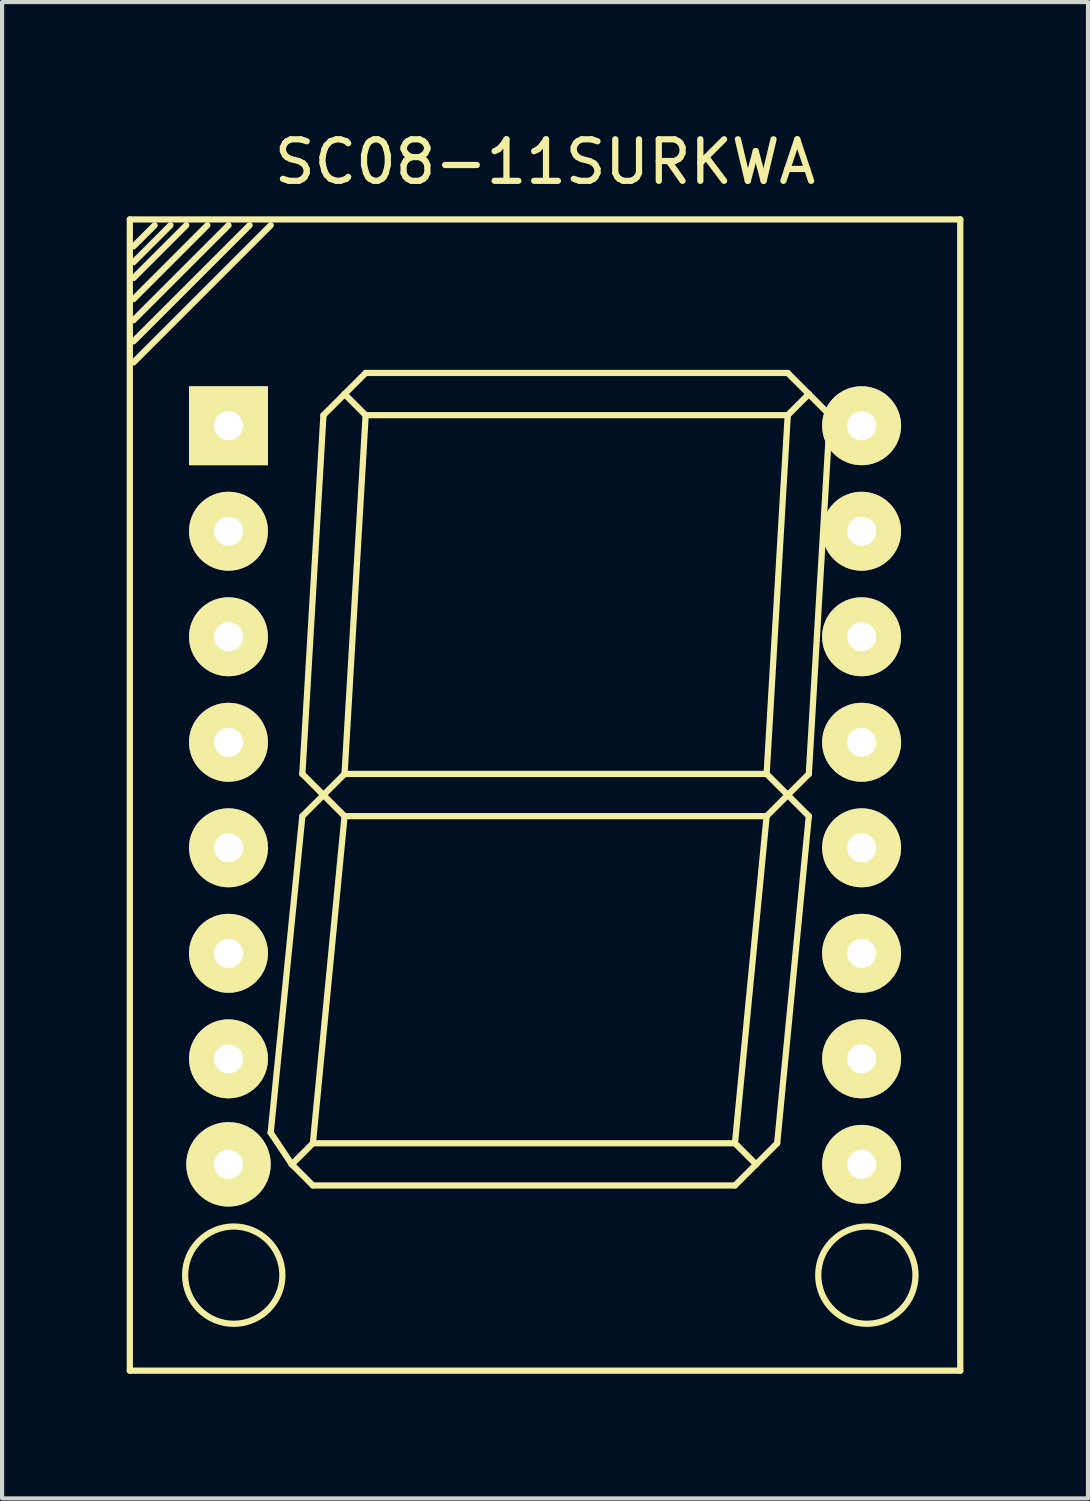
<source format=kicad_pcb>
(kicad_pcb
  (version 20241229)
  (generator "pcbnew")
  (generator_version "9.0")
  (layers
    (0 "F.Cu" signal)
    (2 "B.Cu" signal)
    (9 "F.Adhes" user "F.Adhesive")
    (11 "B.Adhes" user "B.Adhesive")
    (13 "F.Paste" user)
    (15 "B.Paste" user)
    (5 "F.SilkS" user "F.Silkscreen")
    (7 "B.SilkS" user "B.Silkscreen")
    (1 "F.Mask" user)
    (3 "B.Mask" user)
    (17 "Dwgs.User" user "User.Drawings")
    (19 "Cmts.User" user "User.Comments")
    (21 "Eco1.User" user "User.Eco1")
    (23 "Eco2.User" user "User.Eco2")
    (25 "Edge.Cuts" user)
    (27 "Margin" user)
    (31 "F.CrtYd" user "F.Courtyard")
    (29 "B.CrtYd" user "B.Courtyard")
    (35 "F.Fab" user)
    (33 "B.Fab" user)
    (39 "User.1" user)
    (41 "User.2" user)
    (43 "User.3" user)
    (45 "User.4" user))
  (footprint "SC08-11SURKWA"
    (layer "F.Cu")
    (at 10.07 16.088)
    (property "Reference" "SC08-11SURKWA" (at 0 -15.24 0) (layer "F.SilkS") (effects (font (size 1 1) (thickness 0.15))))
    (attr through_hole)
    (fp_line (start -9.995 -13.856) (end -9.995 13.856) (stroke (width 0.15) (type solid)) (layer "F.SilkS"))
    (fp_line (start -9.995 -13.856) (end 9.995 -13.856) (stroke (width 0.15) (type solid)) (layer "F.SilkS"))
    (fp_line (start -9.995 13.856) (end 9.995 13.856) (stroke (width 0.15) (type solid)) (layer "F.SilkS"))
    (fp_line (start -9.906 -13.208) (end -9.398 -13.716) (stroke (width 0.15) (type solid)) (layer "F.SilkS"))
    (fp_line (start -9.906 -12.827) (end -9.017 -13.716) (stroke (width 0.15) (type solid)) (layer "F.SilkS"))
    (fp_line (start -9.906 -12.446) (end -8.636 -13.716) (stroke (width 0.15) (type solid)) (layer "F.SilkS"))
    (fp_line (start -9.906 -11.938) (end -8.128 -13.716) (stroke (width 0.15) (type solid)) (layer "F.SilkS"))
    (fp_line (start -9.906 -11.43) (end -7.62 -13.716) (stroke (width 0.15) (type solid)) (layer "F.SilkS"))
    (fp_line (start -9.906 -10.922) (end -7.112 -13.716) (stroke (width 0.15) (type solid)) (layer "F.SilkS"))
    (fp_line (start -9.906 -10.414) (end -6.604 -13.716) (stroke (width 0.15) (type solid)) (layer "F.SilkS"))
    (fp_line (start -6.604 8.128) (end -6.096 8.89) (stroke (width 0.15) (type solid)) (layer "F.SilkS"))
    (fp_line (start -6.096 8.89) (end -5.588 8.382) (stroke (width 0.15) (type solid)) (layer "F.SilkS"))
    (fp_line (start -5.842 -0.508) (end -5.334 0) (stroke (width 0.15) (type solid)) (layer "F.SilkS"))
    (fp_line (start -5.842 0.508) (end -6.604 8.128) (stroke (width 0.15) (type solid)) (layer "F.SilkS"))
    (fp_line (start -5.588 8.382) (end 4.572 8.382) (stroke (width 0.15) (type solid)) (layer "F.SilkS"))
    (fp_line (start -5.588 9.398) (end -6.096 8.89) (stroke (width 0.15) (type solid)) (layer "F.SilkS"))
    (fp_line (start -5.334 -9.144) (end -5.842 -0.508) (stroke (width 0.15) (type solid)) (layer "F.SilkS"))
    (fp_line (start -5.334 0) (end -5.842 0.508) (stroke (width 0.15) (type solid)) (layer "F.SilkS"))
    (fp_line (start -5.334 0) (end -4.826 -0.508) (stroke (width 0.15) (type solid)) (layer "F.SilkS"))
    (fp_line (start -4.826 -9.652) (end -5.334 -9.144) (stroke (width 0.15) (type solid)) (layer "F.SilkS"))
    (fp_line (start -4.826 -9.652) (end -4.318 -10.16) (stroke (width 0.15) (type solid)) (layer "F.SilkS"))
    (fp_line (start -4.826 -0.508) (end 5.334 -0.508) (stroke (width 0.15) (type solid)) (layer "F.SilkS"))
    (fp_line (start -4.826 0.508) (end -5.588 8.382) (stroke (width 0.15) (type solid)) (layer "F.SilkS"))
    (fp_line (start -4.826 0.508) (end -5.334 0) (stroke (width 0.15) (type solid)) (layer "F.SilkS"))
    (fp_line (start -4.318 -10.16) (end 5.842 -10.16) (stroke (width 0.15) (type solid)) (layer "F.SilkS"))
    (fp_line (start -4.318 -9.144) (end -4.826 -9.652) (stroke (width 0.15) (type solid)) (layer "F.SilkS"))
    (fp_line (start -4.318 -9.144) (end -4.826 -0.508) (stroke (width 0.15) (type solid)) (layer "F.SilkS"))
    (fp_line (start 4.572 8.382) (end 5.08 8.89) (stroke (width 0.15) (type solid)) (layer "F.SilkS"))
    (fp_line (start 4.572 9.398) (end -5.588 9.398) (stroke (width 0.15) (type solid)) (layer "F.SilkS"))
    (fp_line (start 5.08 8.89) (end 4.572 9.398) (stroke (width 0.15) (type solid)) (layer "F.SilkS"))
    (fp_line (start 5.334 -0.508) (end 5.842 0) (stroke (width 0.15) (type solid)) (layer "F.SilkS"))
    (fp_line (start 5.334 0.508) (end -4.826 0.508) (stroke (width 0.15) (type solid)) (layer "F.SilkS"))
    (fp_line (start 5.334 0.508) (end 4.572 8.382) (stroke (width 0.15) (type solid)) (layer "F.SilkS"))
    (fp_line (start 5.588 8.382) (end 5.08 8.89) (stroke (width 0.15) (type solid)) (layer "F.SilkS"))
    (fp_line (start 5.842 -10.16) (end 6.35 -9.652) (stroke (width 0.15) (type solid)) (layer "F.SilkS"))
    (fp_line (start 5.842 -9.144) (end -4.318 -9.144) (stroke (width 0.15) (type solid)) (layer "F.SilkS"))
    (fp_line (start 5.842 -9.144) (end 5.334 -0.508) (stroke (width 0.15) (type solid)) (layer "F.SilkS"))
    (fp_line (start 5.842 0) (end 5.334 0.508) (stroke (width 0.15) (type solid)) (layer "F.SilkS"))
    (fp_line (start 5.842 0) (end 6.35 0.508) (stroke (width 0.15) (type solid)) (layer "F.SilkS"))
    (fp_line (start 6.35 -9.652) (end 5.842 -9.144) (stroke (width 0.15) (type solid)) (layer "F.SilkS"))
    (fp_line (start 6.35 -9.652) (end 6.858 -9.144) (stroke (width 0.15) (type solid)) (layer "F.SilkS"))
    (fp_line (start 6.35 -0.508) (end 5.842 0) (stroke (width 0.15) (type solid)) (layer "F.SilkS"))
    (fp_line (start 6.35 0.508) (end 5.588 8.382) (stroke (width 0.15) (type solid)) (layer "F.SilkS"))
    (fp_line (start 6.858 -9.144) (end 6.35 -0.508) (stroke (width 0.15) (type solid)) (layer "F.SilkS"))
    (fp_line (start 9.995 13.856) (end 9.995 -13.856) (stroke (width 0.15) (type solid)) (layer "F.SilkS"))
    (fp_circle (center -7.493 11.557) (end -7.239 12.7) (stroke (width 0.15) (type solid)) (fill no) (layer "F.SilkS"))
    (fp_circle (center 7.747 11.557) (end 8.001 12.7) (stroke (width 0.15) (type solid)) (fill no) (layer "F.SilkS"))
    (pad "1" thru_hole rect (at -7.62 -8.89) (size 1.9 1.9) (drill 0.701) (layers "*.Cu" "*.Mask" "F.SilkS"))
    (pad "2" thru_hole circle (at -7.62 -6.35) (size 1.9 1.9) (drill 0.701) (layers "*.Cu" "*.Mask" "F.SilkS"))
    (pad "3" thru_hole circle (at -7.62 -3.81) (size 1.9 1.9) (drill 0.701) (layers "*.Cu" "*.Mask" "F.SilkS"))
    (pad "4" thru_hole circle (at -7.62 -1.27) (size 1.9 1.9) (drill 0.701) (layers "*.Cu" "*.Mask" "F.SilkS"))
    (pad "5" thru_hole circle (at -7.62 1.27) (size 1.9 1.9) (drill 0.701) (layers "*.Cu" "*.Mask" "F.SilkS"))
    (pad "6" thru_hole circle (at -7.62 3.81) (size 1.9 1.9) (drill 0.701) (layers "*.Cu" "*.Mask" "F.SilkS"))
    (pad "7" thru_hole circle (at -7.62 6.35) (size 1.9 1.9) (drill 0.701) (layers "*.Cu" "*.Mask" "F.SilkS"))
    (pad "8" thru_hole circle (at -7.62 8.89) (size 2.032 2.032) (drill 0.701) (layers "*.Cu" "*.Mask" "F.SilkS"))
    (pad "9" thru_hole circle (at 7.62 8.89) (size 1.9 1.9) (drill 0.701) (layers "*.Cu" "*.Mask" "F.SilkS"))
    (pad "10" thru_hole circle (at 7.62 6.35) (size 1.9 1.9) (drill 0.701) (layers "*.Cu" "*.Mask" "F.SilkS"))
    (pad "11" thru_hole circle (at 7.62 3.81) (size 1.9 1.9) (drill 0.701) (layers "*.Cu" "*.Mask" "F.SilkS"))
    (pad "12" thru_hole circle (at 7.62 1.27) (size 1.9 1.9) (drill 0.701) (layers "*.Cu" "*.Mask" "F.SilkS"))
    (pad "13" thru_hole circle (at 7.62 -1.27) (size 1.9 1.9) (drill 0.701) (layers "*.Cu" "*.Mask" "F.SilkS"))
    (pad "14" thru_hole circle (at 7.62 -3.81) (size 1.9 1.9) (drill 0.701) (layers "*.Cu" "*.Mask" "F.SilkS"))
    (pad "15" thru_hole circle (at 7.62 -6.35) (size 1.9 1.9) (drill 0.701) (layers "*.Cu" "*.Mask" "F.SilkS"))
    (pad "16" thru_hole circle (at 7.62 -8.89) (size 1.9 1.9) (drill 0.701) (layers "*.Cu" "*.Mask" "F.SilkS")))
  (gr_rect
    (start -3 -3)
    (end 23.14 33.019)
    (stroke (width 0.1) (type default))
    (fill no)
    (layer "Edge.Cuts")))
</source>
